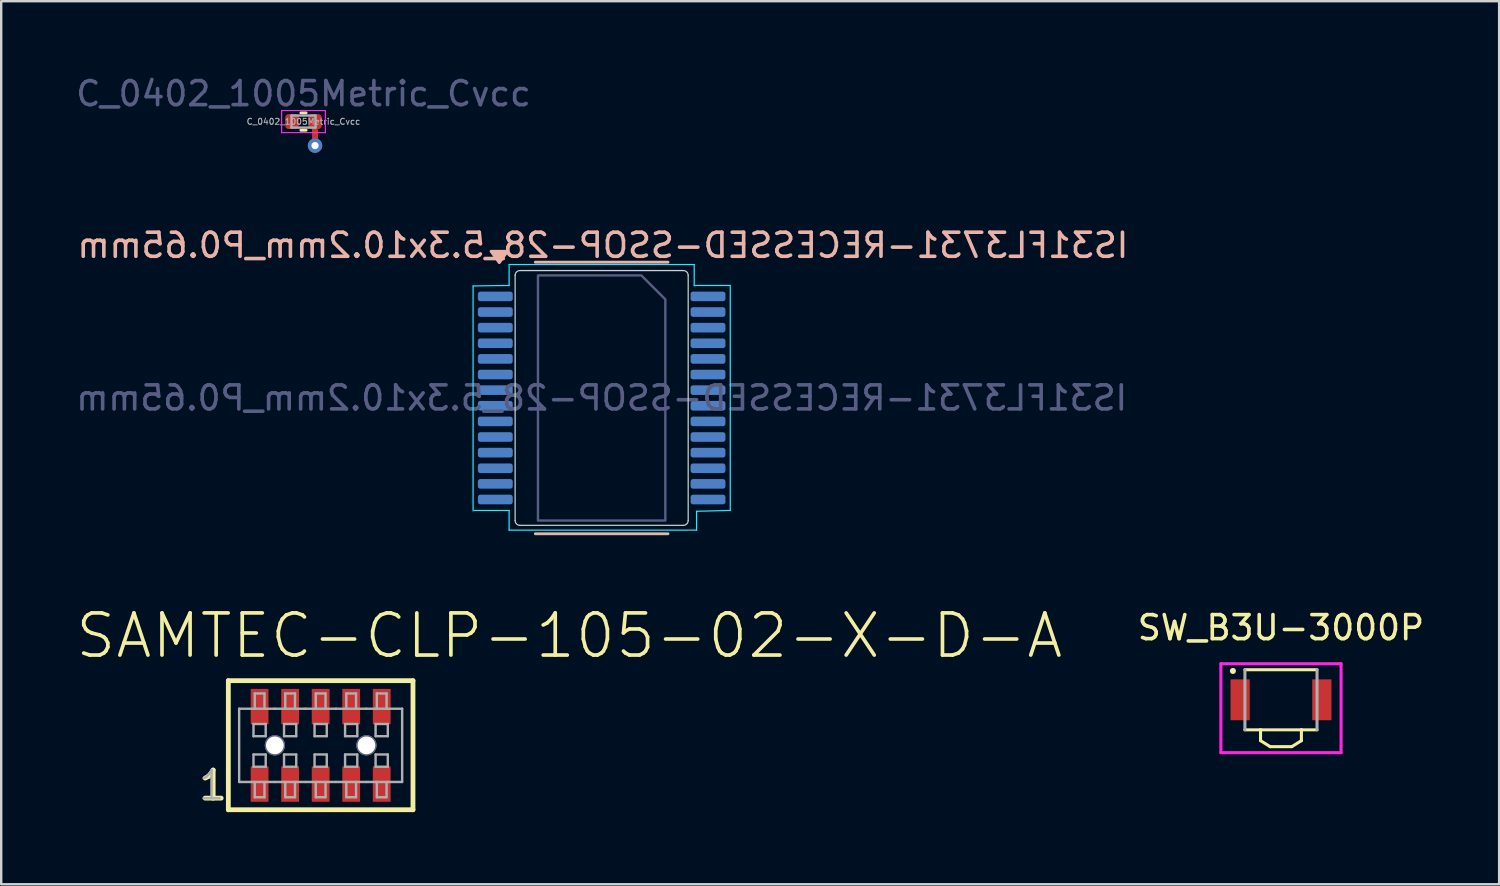
<source format=kicad_pcb>
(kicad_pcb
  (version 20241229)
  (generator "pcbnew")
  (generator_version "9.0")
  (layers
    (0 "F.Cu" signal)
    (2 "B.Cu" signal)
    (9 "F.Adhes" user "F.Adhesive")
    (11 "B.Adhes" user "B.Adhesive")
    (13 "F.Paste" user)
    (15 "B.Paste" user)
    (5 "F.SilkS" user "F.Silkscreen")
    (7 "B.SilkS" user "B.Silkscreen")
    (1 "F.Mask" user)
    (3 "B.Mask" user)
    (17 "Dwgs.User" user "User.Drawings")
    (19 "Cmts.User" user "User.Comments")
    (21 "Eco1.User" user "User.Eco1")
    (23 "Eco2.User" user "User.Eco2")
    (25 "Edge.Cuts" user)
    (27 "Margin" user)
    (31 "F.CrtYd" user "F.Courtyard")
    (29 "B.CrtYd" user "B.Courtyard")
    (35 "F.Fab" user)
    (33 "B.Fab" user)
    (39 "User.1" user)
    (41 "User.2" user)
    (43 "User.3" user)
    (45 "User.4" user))
  (footprint "SW_B3U-3000P"
    (layer "F.Cu")
    (at 50.245 26.065)
    (property "Reference" "SW_B3U-3000P" (at 0 -3 0) (layer "F.SilkS") (effects (font (size 1 1) (thickness 0.15))))
    (attr smd)
    (fp_line (start -1.5 1.25) (end -0.85 1.25) (stroke (width 0.127) (type solid)) (layer "F.SilkS"))
    (fp_line (start -0.85 1.25) (end -0.85 1.7) (stroke (width 0.127) (type solid)) (layer "F.SilkS"))
    (fp_line (start -0.85 1.25) (end 0.85 1.25) (stroke (width 0.127) (type solid)) (layer "F.SilkS"))
    (fp_line (start -0.45 1.95) (end -0.85 1.7) (stroke (width 0.127) (type solid)) (layer "F.SilkS"))
    (fp_line (start 0.45 1.95) (end -0.45 1.95) (stroke (width 0.127) (type solid)) (layer "F.SilkS"))
    (fp_line (start 0.45 1.95) (end 0.85 1.7) (stroke (width 0.127) (type solid)) (layer "F.SilkS"))
    (fp_line (start 0.85 1.25) (end 0.85 1.7) (stroke (width 0.127) (type solid)) (layer "F.SilkS"))
    (fp_line (start 0.85 1.25) (end 1.5 1.25) (stroke (width 0.127) (type solid)) (layer "F.SilkS"))
    (fp_line (start 1.5 -1.25) (end -1.5 -1.25) (stroke (width 0.127) (type solid)) (layer "F.SilkS"))
    (fp_circle (center -2 -1.2) (end -1.873 -1.2) (stroke (width 0) (type solid)) (fill yes) (layer "F.SilkS"))
    (fp_line (start -2.5 -1.5) (end 2.5 -1.5) (stroke (width 0.127) (type solid)) (layer "F.CrtYd"))
    (fp_line (start -2.5 2.2) (end -2.5 -1.5) (stroke (width 0.127) (type solid)) (layer "F.CrtYd"))
    (fp_line (start 2.5 -1.5) (end 2.5 2.2) (stroke (width 0.127) (type solid)) (layer "F.CrtYd"))
    (fp_line (start 2.5 2.2) (end -2.5 2.2) (stroke (width 0.127) (type solid)) (layer "F.CrtYd"))
    (fp_line (start -1.5 -1.25) (end -1.5 1.25) (stroke (width 0.127) (type solid)) (layer "F.Fab"))
    (fp_line (start 1.5 1.25) (end 1.5 -1.25) (stroke (width 0.127) (type solid)) (layer "F.Fab"))
    (pad "1" smd rect (at -1.7 0 180) (size 0.8 1.7) (layers "F.Cu" "F.Mask" "F.Paste"))
    (pad "2" smd rect (at 1.7 0 180) (size 0.8 1.7) (layers "F.Cu" "F.Mask" "F.Paste")))
  (footprint "SAMTEC-CLP-105-02-X-D-A"
    (layer "F.Cu")
    (at 10.291 27.96)
    (property "Reference" "SAMTEC-CLP-105-02-X-D-A" (at -10.291 -3.534 0) (unlocked yes) (layer "F.SilkS") (effects (font (size 1.753 1.753) (thickness 0.152)) (justify left bottom)))
    (fp_circle (center -1.905 0) (end -1.694 0) (stroke (width 0.421) (type solid)) (fill yes) (layer "F.Mask"))
    (fp_circle (center 1.905 0) (end 2.115 0) (stroke (width 0.421) (type solid)) (fill yes) (layer "F.Mask"))
    (fp_poly (pts (xy -2.961 -0.827) (xy -2.119 -0.827) (xy -2.119 -2.399) (xy -2.961 -2.399)) (stroke (width 0) (type default)) (fill yes) (layer "F.Mask"))
    (fp_poly (pts (xy -2.961 2.399) (xy -2.119 2.399) (xy -2.119 0.827) (xy -2.961 0.827)) (stroke (width 0) (type default)) (fill yes) (layer "F.Mask"))
    (fp_poly (pts (xy -1.691 -0.827) (xy -0.849 -0.827) (xy -0.849 -2.399) (xy -1.691 -2.399)) (stroke (width 0) (type default)) (fill yes) (layer "F.Mask"))
    (fp_poly (pts (xy -1.691 2.399) (xy -0.849 2.399) (xy -0.849 0.827) (xy -1.691 0.827)) (stroke (width 0) (type default)) (fill yes) (layer "F.Mask"))
    (fp_poly (pts (xy -0.421 -0.827) (xy 0.421 -0.827) (xy 0.421 -2.399) (xy -0.421 -2.399)) (stroke (width 0) (type default)) (fill yes) (layer "F.Mask"))
    (fp_poly (pts (xy -0.421 2.399) (xy 0.421 2.399) (xy 0.421 0.827) (xy -0.421 0.827)) (stroke (width 0) (type default)) (fill yes) (layer "F.Mask"))
    (fp_poly (pts (xy 0.849 -0.827) (xy 1.691 -0.827) (xy 1.691 -2.399) (xy 0.849 -2.399)) (stroke (width 0) (type default)) (fill yes) (layer "F.Mask"))
    (fp_poly (pts (xy 0.849 2.399) (xy 1.691 2.399) (xy 1.691 0.827) (xy 0.849 0.827)) (stroke (width 0) (type default)) (fill yes) (layer "F.Mask"))
    (fp_poly (pts (xy 2.119 -0.827) (xy 2.961 -0.827) (xy 2.961 -2.399) (xy 2.119 -2.399)) (stroke (width 0) (type default)) (fill yes) (layer "F.Mask"))
    (fp_poly (pts (xy 2.119 2.399) (xy 2.961 2.399) (xy 2.961 0.827) (xy 2.119 0.827)) (stroke (width 0) (type default)) (fill yes) (layer "F.Mask"))
    (fp_circle (center -1.905 0) (end -1.694 0) (stroke (width 0.421) (type solid)) (fill yes) (layer "B.Mask"))
    (fp_circle (center 1.905 0) (end 2.115 0) (stroke (width 0.421) (type solid)) (fill yes) (layer "B.Mask"))
    (fp_line (start -3.841 -2.69) (end -3.841 2.68) (stroke (width 0.2) (type solid)) (layer "F.SilkS"))
    (fp_line (start -3.841 2.68) (end 3.841 2.68) (stroke (width 0.2) (type solid)) (layer "F.SilkS"))
    (fp_line (start 3.841 -2.69) (end -3.841 -2.69) (stroke (width 0.2) (type solid)) (layer "F.SilkS"))
    (fp_line (start 3.841 2.68) (end 3.841 -2.69) (stroke (width 0.2) (type solid)) (layer "F.SilkS"))
    (fp_poly (pts (xy -2.91 -0.878) (xy -2.17 -0.878) (xy -2.17 -2.348) (xy -2.91 -2.348)) (stroke (width 0) (type default)) (fill yes) (layer "F.Paste"))
    (fp_poly (pts (xy -2.91 2.348) (xy -2.17 2.348) (xy -2.17 0.878) (xy -2.91 0.878)) (stroke (width 0) (type default)) (fill yes) (layer "F.Paste"))
    (fp_poly (pts (xy -1.64 -0.878) (xy -0.9 -0.878) (xy -0.9 -2.348) (xy -1.64 -2.348)) (stroke (width 0) (type default)) (fill yes) (layer "F.Paste"))
    (fp_poly (pts (xy -1.64 2.348) (xy -0.9 2.348) (xy -0.9 0.878) (xy -1.64 0.878)) (stroke (width 0) (type default)) (fill yes) (layer "F.Paste"))
    (fp_poly (pts (xy -0.37 -0.878) (xy 0.37 -0.878) (xy 0.37 -2.348) (xy -0.37 -2.348)) (stroke (width 0) (type default)) (fill yes) (layer "F.Paste"))
    (fp_poly (pts (xy -0.37 2.348) (xy 0.37 2.348) (xy 0.37 0.878) (xy -0.37 0.878)) (stroke (width 0) (type default)) (fill yes) (layer "F.Paste"))
    (fp_poly (pts (xy 0.9 -0.878) (xy 1.64 -0.878) (xy 1.64 -2.348) (xy 0.9 -2.348)) (stroke (width 0) (type default)) (fill yes) (layer "F.Paste"))
    (fp_poly (pts (xy 0.9 2.348) (xy 1.64 2.348) (xy 1.64 0.878) (xy 0.9 0.878)) (stroke (width 0) (type default)) (fill yes) (layer "F.Paste"))
    (fp_poly (pts (xy 2.17 -0.878) (xy 2.91 -0.878) (xy 2.91 -2.348) (xy 2.17 -2.348)) (stroke (width 0) (type default)) (fill yes) (layer "F.Paste"))
    (fp_poly (pts (xy 2.17 2.348) (xy 2.91 2.348) (xy 2.91 0.878) (xy 2.17 0.878)) (stroke (width 0) (type default)) (fill yes) (layer "F.Paste"))
    (fp_circle (center -1.905 0) (end -1.535 0) (stroke (width 0.1) (type solid)) (fill no) (layer "B.Fab"))
    (fp_circle (center 1.905 0) (end 2.275 0) (stroke (width 0.1) (type solid)) (fill no) (layer "B.Fab"))
    (fp_line (start -3.391 -1.524) (end -3.391 1.524) (stroke (width 0.1) (type solid)) (layer "F.Fab"))
    (fp_line (start -3.391 1.524) (end -1.905 1.524) (stroke (width 0.1) (type solid)) (layer "F.Fab"))
    (fp_line (start -2.794 -0.889) (end -2.794 -0.381) (stroke (width 0.1) (type solid)) (layer "F.Fab"))
    (fp_line (start -2.794 -0.381) (end -2.286 -0.381) (stroke (width 0.1) (type solid)) (layer "F.Fab"))
    (fp_line (start -2.794 0.381) (end -2.794 0.889) (stroke (width 0.1) (type solid)) (layer "F.Fab"))
    (fp_line (start -2.794 0.889) (end -2.286 0.889) (stroke (width 0.1) (type solid)) (layer "F.Fab"))
    (fp_line (start -2.743 -2.159) (end -2.337 -2.159) (stroke (width 0.1) (type solid)) (layer "F.Fab"))
    (fp_line (start -2.743 -1.524) (end -2.743 -2.159) (stroke (width 0.1) (type solid)) (layer "F.Fab"))
    (fp_line (start -2.743 1.524) (end -2.743 2.159) (stroke (width 0.1) (type solid)) (layer "F.Fab"))
    (fp_line (start -2.337 -2.159) (end -2.337 -1.524) (stroke (width 0.1) (type solid)) (layer "F.Fab"))
    (fp_line (start -2.337 1.524) (end -2.337 2.159) (stroke (width 0.1) (type solid)) (layer "F.Fab"))
    (fp_line (start -2.337 2.159) (end -2.743 2.159) (stroke (width 0.1) (type solid)) (layer "F.Fab"))
    (fp_line (start -2.286 -0.889) (end -2.794 -0.889) (stroke (width 0.1) (type solid)) (layer "F.Fab"))
    (fp_line (start -2.286 -0.381) (end -2.286 -0.889) (stroke (width 0.1) (type solid)) (layer "F.Fab"))
    (fp_line (start -2.286 0.381) (end -2.794 0.381) (stroke (width 0.1) (type solid)) (layer "F.Fab"))
    (fp_line (start -2.286 0.889) (end -2.286 0.381) (stroke (width 0.1) (type solid)) (layer "F.Fab"))
    (fp_line (start -1.905 -1.524) (end -3.391 -1.524) (stroke (width 0.1) (type solid)) (layer "F.Fab"))
    (fp_line (start -1.905 1.524) (end -0.635 1.524) (stroke (width 0.1) (type solid)) (layer "F.Fab"))
    (fp_line (start -1.524 -0.889) (end -1.524 -0.381) (stroke (width 0.1) (type solid)) (layer "F.Fab"))
    (fp_line (start -1.524 -0.381) (end -1.016 -0.381) (stroke (width 0.1) (type solid)) (layer "F.Fab"))
    (fp_line (start -1.524 0.381) (end -1.524 0.889) (stroke (width 0.1) (type solid)) (layer "F.Fab"))
    (fp_line (start -1.524 0.889) (end -1.016 0.889) (stroke (width 0.1) (type solid)) (layer "F.Fab"))
    (fp_line (start -1.473 -2.159) (end -1.067 -2.159) (stroke (width 0.1) (type solid)) (layer "F.Fab"))
    (fp_line (start -1.473 -1.524) (end -1.473 -2.159) (stroke (width 0.1) (type solid)) (layer "F.Fab"))
    (fp_line (start -1.473 2.159) (end -1.473 1.524) (stroke (width 0.1) (type solid)) (layer "F.Fab"))
    (fp_line (start -1.067 -2.159) (end -1.067 -1.524) (stroke (width 0.1) (type solid)) (layer "F.Fab"))
    (fp_line (start -1.067 1.524) (end -1.067 2.159) (stroke (width 0.1) (type solid)) (layer "F.Fab"))
    (fp_line (start -1.067 2.159) (end -1.473 2.159) (stroke (width 0.1) (type solid)) (layer "F.Fab"))
    (fp_line (start -1.016 -0.889) (end -1.524 -0.889) (stroke (width 0.1) (type solid)) (layer "F.Fab"))
    (fp_line (start -1.016 -0.381) (end -1.016 -0.889) (stroke (width 0.1) (type solid)) (layer "F.Fab"))
    (fp_line (start -1.016 0.381) (end -1.524 0.381) (stroke (width 0.1) (type solid)) (layer "F.Fab"))
    (fp_line (start -1.016 0.889) (end -1.016 0.381) (stroke (width 0.1) (type solid)) (layer "F.Fab"))
    (fp_line (start -0.635 -1.524) (end -1.905 -1.524) (stroke (width 0.1) (type solid)) (layer "F.Fab"))
    (fp_line (start -0.635 1.524) (end 0.635 1.524) (stroke (width 0.1) (type solid)) (layer "F.Fab"))
    (fp_line (start -0.254 -0.889) (end -0.254 -0.381) (stroke (width 0.1) (type solid)) (layer "F.Fab"))
    (fp_line (start -0.254 -0.381) (end 0.254 -0.381) (stroke (width 0.1) (type solid)) (layer "F.Fab"))
    (fp_line (start -0.254 0.381) (end -0.254 0.889) (stroke (width 0.1) (type solid)) (layer "F.Fab"))
    (fp_line (start -0.254 0.889) (end 0.254 0.889) (stroke (width 0.1) (type solid)) (layer "F.Fab"))
    (fp_line (start -0.203 -2.159) (end 0.203 -2.159) (stroke (width 0.1) (type solid)) (layer "F.Fab"))
    (fp_line (start -0.203 -1.524) (end -0.203 -2.159) (stroke (width 0.1) (type solid)) (layer "F.Fab"))
    (fp_line (start -0.203 2.159) (end -0.203 1.524) (stroke (width 0.1) (type solid)) (layer "F.Fab"))
    (fp_line (start 0.203 -2.159) (end 0.203 -1.524) (stroke (width 0.1) (type solid)) (layer "F.Fab"))
    (fp_line (start 0.203 1.524) (end 0.203 2.159) (stroke (width 0.1) (type solid)) (layer "F.Fab"))
    (fp_line (start 0.203 2.159) (end -0.203 2.159) (stroke (width 0.1) (type solid)) (layer "F.Fab"))
    (fp_line (start 0.254 -0.889) (end -0.254 -0.889) (stroke (width 0.1) (type solid)) (layer "F.Fab"))
    (fp_line (start 0.254 -0.381) (end 0.254 -0.889) (stroke (width 0.1) (type solid)) (layer "F.Fab"))
    (fp_line (start 0.254 0.381) (end -0.254 0.381) (stroke (width 0.1) (type solid)) (layer "F.Fab"))
    (fp_line (start 0.254 0.889) (end 0.254 0.381) (stroke (width 0.1) (type solid)) (layer "F.Fab"))
    (fp_line (start 0.635 -1.524) (end -0.635 -1.524) (stroke (width 0.1) (type solid)) (layer "F.Fab"))
    (fp_line (start 0.635 1.524) (end 1.905 1.524) (stroke (width 0.1) (type solid)) (layer "F.Fab"))
    (fp_line (start 1.016 -0.889) (end 1.016 -0.381) (stroke (width 0.1) (type solid)) (layer "F.Fab"))
    (fp_line (start 1.016 -0.381) (end 1.524 -0.381) (stroke (width 0.1) (type solid)) (layer "F.Fab"))
    (fp_line (start 1.016 0.381) (end 1.016 0.889) (stroke (width 0.1) (type solid)) (layer "F.Fab"))
    (fp_line (start 1.016 0.889) (end 1.524 0.889) (stroke (width 0.1) (type solid)) (layer "F.Fab"))
    (fp_line (start 1.067 -2.159) (end 1.473 -2.159) (stroke (width 0.1) (type solid)) (layer "F.Fab"))
    (fp_line (start 1.067 -1.524) (end 1.067 -2.159) (stroke (width 0.1) (type solid)) (layer "F.Fab"))
    (fp_line (start 1.067 2.159) (end 1.067 1.524) (stroke (width 0.1) (type solid)) (layer "F.Fab"))
    (fp_line (start 1.473 -2.159) (end 1.473 -1.524) (stroke (width 0.1) (type solid)) (layer "F.Fab"))
    (fp_line (start 1.473 1.524) (end 1.473 2.159) (stroke (width 0.1) (type solid)) (layer "F.Fab"))
    (fp_line (start 1.473 2.159) (end 1.067 2.159) (stroke (width 0.1) (type solid)) (layer "F.Fab"))
    (fp_line (start 1.524 -0.889) (end 1.016 -0.889) (stroke (width 0.1) (type solid)) (layer "F.Fab"))
    (fp_line (start 1.524 -0.381) (end 1.524 -0.889) (stroke (width 0.1) (type solid)) (layer "F.Fab"))
    (fp_line (start 1.524 0.381) (end 1.016 0.381) (stroke (width 0.1) (type solid)) (layer "F.Fab"))
    (fp_line (start 1.524 0.889) (end 1.524 0.381) (stroke (width 0.1) (type solid)) (layer "F.Fab"))
    (fp_line (start 1.905 -1.524) (end 0.635 -1.524) (stroke (width 0.1) (type solid)) (layer "F.Fab"))
    (fp_line (start 1.905 1.524) (end 3.391 1.524) (stroke (width 0.1) (type solid)) (layer "F.Fab"))
    (fp_line (start 2.286 -0.889) (end 2.286 -0.381) (stroke (width 0.1) (type solid)) (layer "F.Fab"))
    (fp_line (start 2.286 -0.381) (end 2.794 -0.381) (stroke (width 0.1) (type solid)) (layer "F.Fab"))
    (fp_line (start 2.286 0.381) (end 2.286 0.889) (stroke (width 0.1) (type solid)) (layer "F.Fab"))
    (fp_line (start 2.286 0.889) (end 2.794 0.889) (stroke (width 0.1) (type solid)) (layer "F.Fab"))
    (fp_line (start 2.337 -2.159) (end 2.743 -2.159) (stroke (width 0.1) (type solid)) (layer "F.Fab"))
    (fp_line (start 2.337 -1.524) (end 2.337 -2.159) (stroke (width 0.1) (type solid)) (layer "F.Fab"))
    (fp_line (start 2.337 2.159) (end 2.337 1.524) (stroke (width 0.1) (type solid)) (layer "F.Fab"))
    (fp_line (start 2.743 -1.524) (end 2.743 -2.159) (stroke (width 0.1) (type solid)) (layer "F.Fab"))
    (fp_line (start 2.743 1.524) (end 2.743 2.159) (stroke (width 0.1) (type solid)) (layer "F.Fab"))
    (fp_line (start 2.743 2.159) (end 2.337 2.159) (stroke (width 0.1) (type solid)) (layer "F.Fab"))
    (fp_line (start 2.794 -0.889) (end 2.286 -0.889) (stroke (width 0.1) (type solid)) (layer "F.Fab"))
    (fp_line (start 2.794 -0.381) (end 2.794 -0.889) (stroke (width 0.1) (type solid)) (layer "F.Fab"))
    (fp_line (start 2.794 0.381) (end 2.286 0.381) (stroke (width 0.1) (type solid)) (layer "F.Fab"))
    (fp_line (start 2.794 0.889) (end 2.794 0.381) (stroke (width 0.1) (type solid)) (layer "F.Fab"))
    (fp_line (start 3.391 -1.524) (end 1.905 -1.524) (stroke (width 0.1) (type solid)) (layer "F.Fab"))
    (fp_line (start 3.391 1.524) (end 3.391 -1.524) (stroke (width 0.1) (type solid)) (layer "F.Fab"))
    (fp_circle (center -1.905 0) (end -1.535 0) (stroke (width 0.1) (type solid)) (fill no) (layer "F.Fab"))
    (fp_circle (center 1.905 0) (end 2.275 0) (stroke (width 0.1) (type solid)) (fill no) (layer "F.Fab"))
    (fp_text user "1" (at -5.16 2.35 0) (unlocked yes) (layer "F.SilkS") (effects (font (size 1.168 1.168) (thickness 0.2) (bold yes)) (justify left bottom)))
    (fp_text user "1" (at -5.16 2.35 0) (unlocked yes) (layer "F.Fab") (effects (font (size 1.168 1.168) (thickness 0.102)) (justify left bottom)))
    (pad "" np_thru_hole circle (at -1.905 0) (size 0.74 0.74) (drill 0.74) (layers "*.Cu" "*.Mask"))
    (pad "" np_thru_hole circle (at 1.905 0) (size 0.74 0.74) (drill 0.74) (layers "*.Cu" "*.Mask"))
    (pad "1" smd rect (at -2.54 1.613) (size 0.74 1.47) (layers "F.Cu" "F.Paste"))
    (pad "2" smd rect (at -2.54 -1.613) (size 0.74 1.47) (layers "F.Cu" "F.Paste"))
    (pad "3" smd rect (at -1.27 1.613) (size 0.74 1.47) (layers "F.Cu" "F.Paste"))
    (pad "4" smd rect (at -1.27 -1.613) (size 0.74 1.47) (layers "F.Cu" "F.Paste"))
    (pad "5" smd rect (at 0 1.613) (size 0.74 1.47) (layers "F.Cu" "F.Paste"))
    (pad "6" smd rect (at 0 -1.613) (size 0.74 1.47) (layers "F.Cu" "F.Paste"))
    (pad "7" smd rect (at 1.27 1.613) (size 0.74 1.47) (layers "F.Cu" "F.Paste"))
    (pad "8" smd rect (at 1.27 -1.613) (size 0.74 1.47) (layers "F.Cu" "F.Paste"))
    (pad "9" smd rect (at 2.54 1.613) (size 0.74 1.47) (layers "F.Cu" "F.Paste"))
    (pad "10" smd rect (at 2.54 -1.613) (size 0.74 1.47) (layers "F.Cu" "F.Paste")))
  (footprint "C_0402_1005Metric_Cvcc"
    (layer "F.Cu")
    (at 9.577 2.008)
    (property "Reference" "C_0402_1005Metric_Cvcc" (at 0 -1.16 0) (layer "B.Fab") (effects (font (size 1 1) (thickness 0.15))))
    (attr smd)
    (fp_line (start -0.108 -0.36) (end 0.108 -0.36) (stroke (width 0.12) (type solid)) (layer "F.SilkS"))
    (fp_line (start -0.108 0.36) (end 0.108 0.36) (stroke (width 0.12) (type solid)) (layer "F.SilkS"))
    (fp_line (start -0.91 -0.46) (end 0.91 -0.46) (stroke (width 0.05) (type solid)) (layer "F.CrtYd"))
    (fp_line (start -0.91 0.46) (end -0.91 -0.46) (stroke (width 0.05) (type solid)) (layer "F.CrtYd"))
    (fp_line (start 0.91 -0.46) (end 0.91 0.46) (stroke (width 0.05) (type solid)) (layer "F.CrtYd"))
    (fp_line (start 0.91 0.46) (end -0.91 0.46) (stroke (width 0.05) (type solid)) (layer "F.CrtYd"))
    (fp_line (start -0.5 -0.25) (end 0.5 -0.25) (stroke (width 0.1) (type solid)) (layer "F.Fab"))
    (fp_line (start -0.5 0.25) (end -0.5 -0.25) (stroke (width 0.1) (type solid)) (layer "F.Fab"))
    (fp_line (start 0.5 -0.25) (end 0.5 0.25) (stroke (width 0.1) (type solid)) (layer "F.Fab"))
    (fp_line (start 0.5 0.25) (end -0.5 0.25) (stroke (width 0.1) (type solid)) (layer "F.Fab"))
    (fp_text user "${REFERENCE}" (at 0 0 0) (layer "F.Fab") (effects (font (size 0.25 0.25) (thickness 0.04))))
    (pad "1" smd roundrect (at -0.48 0) (size 0.56 0.62) (layers "F.Cu" "F.Mask" "F.Paste") (roundrect_rratio 0.25))
    (pad "2" smd roundrect (at 0.48 0) (size 0.56 0.62) (layers "F.Cu" "F.Mask" "F.Paste") (roundrect_rratio 0.25))
    (pad "2" smd rect (at 0.48 0.53) (size 0.25 0.45) (layers "F.Cu"))
    (pad "2" thru_hole circle (at 0.48 1) (size 0.6 0.6) (drill 0.3) (layers "*.Cu")))
  (footprint "IS31FL3731-RECESSED-SSOP-28_5.3x10.2mm_P0.65mm"
    (layer "F.Cu")
    (at 21.982 13.507)
    (property "Reference" "IS31FL3731-RECESSED-SSOP-28_5.3x10.2mm_P0.65mm" (at 0.05 -6.35 0) (layer "B.SilkS") (effects (font (size 1 1) (thickness 0.15)) (justify mirror)))
    (attr smd)
    (fp_line (start -2.76 5.65) (end 2.76 5.65) (stroke (width 0.12) (type solid)) (layer "B.SilkS"))
    (fp_line (start 2.76 -5.65) (end -2.76 -5.65) (stroke (width 0.12) (type solid)) (layer "B.SilkS"))
    (fp_poly (pts (xy -4.26 -5.63) (xy -3.92 -6.1) (xy -4.6 -6.1)) (stroke (width 0.12) (type solid)) (fill yes) (layer "B.SilkS"))
    (fp_line (start -3.6 -5.1) (end -3.6 5.1) (stroke (width 0.05) (type solid)) (layer "Edge.Cuts"))
    (fp_line (start -3.4 -5.3) (end 3.4 -5.3) (stroke (width 0.05) (type solid)) (layer "Edge.Cuts"))
    (fp_line (start -3.4 5.3) (end 3.4 5.3) (stroke (width 0.05) (type solid)) (layer "Edge.Cuts"))
    (fp_line (start 3.6 -5.1) (end 3.6 5.1) (stroke (width 0.05) (type solid)) (layer "Edge.Cuts"))
    (fp_arc (start -3.6 -5.1) (mid -3.541421 -5.241421) (end -3.4 -5.3) (stroke (width 0.05) (type default)) (layer "Edge.Cuts"))
    (fp_arc (start -3.4 5.3) (mid -3.541421 5.241421) (end -3.6 5.1) (stroke (width 0.05) (type default)) (layer "Edge.Cuts"))
    (fp_arc (start 3.4 -5.3) (mid 3.541421 -5.241421) (end 3.6 -5.1) (stroke (width 0.05) (type default)) (layer "Edge.Cuts"))
    (fp_arc (start 3.6 5.1) (mid 3.541421 5.241421) (end 3.4 5.3) (stroke (width 0.05) (type default)) (layer "Edge.Cuts"))
    (fp_line (start -5.35 -4.66) (end -5.35 4.7) (stroke (width 0.05) (type solid)) (layer "B.CrtYd"))
    (fp_line (start -5.3 4.68) (end -3.85 4.68) (stroke (width 0.05) (type solid)) (layer "B.CrtYd"))
    (fp_line (start -3.85 -5.55) (end -3.85 -4.68) (stroke (width 0.05) (type solid)) (layer "B.CrtYd"))
    (fp_line (start -3.85 -4.68) (end -5.35 -4.66) (stroke (width 0.05) (type solid)) (layer "B.CrtYd"))
    (fp_line (start -3.85 4.68) (end -3.85 5.5) (stroke (width 0.05) (type solid)) (layer "B.CrtYd"))
    (fp_line (start -3.85 5.5) (end 3.95 5.5) (stroke (width 0.05) (type solid)) (layer "B.CrtYd"))
    (fp_line (start 3.85 -5.55) (end -3.85 -5.55) (stroke (width 0.05) (type solid)) (layer "B.CrtYd"))
    (fp_line (start 3.85 -4.665) (end 3.85 -5.55) (stroke (width 0.05) (type solid)) (layer "B.CrtYd"))
    (fp_line (start 3.95 4.715) (end 5.35 4.68) (stroke (width 0.05) (type solid)) (layer "B.CrtYd"))
    (fp_line (start 3.95 5.5) (end 3.95 4.715) (stroke (width 0.05) (type solid)) (layer "B.CrtYd"))
    (fp_line (start 5.35 -4.68) (end 3.85 -4.68) (stroke (width 0.05) (type solid)) (layer "B.CrtYd"))
    (fp_line (start 5.35 4.68) (end 5.35 -4.68) (stroke (width 0.05) (type solid)) (layer "B.CrtYd"))
    (fp_poly (pts (xy 2.65 -4.1) (xy 2.65 5.1) (xy -2.65 5.1) (xy -2.65 -5.1) (xy 1.65 -5.1)) (stroke (width 0.1) (type solid)) (fill no) (layer "B.Fab"))
    (fp_text user "${REFERENCE}" (at 0 0 0) (layer "B.Fab") (effects (font (size 1 1) (thickness 0.15)) (justify mirror)))
    (pad "1" smd roundrect (at -4.425 -4.225) (size 1.45 0.4) (layers "B.Cu" "B.Mask" "B.Paste") (roundrect_rratio 0.25))
    (pad "2" smd roundrect (at -4.425 -3.575) (size 1.45 0.4) (layers "B.Cu" "B.Mask" "B.Paste") (roundrect_rratio 0.25))
    (pad "3" smd roundrect (at -4.425 -2.925) (size 1.45 0.4) (layers "B.Cu" "B.Mask" "B.Paste") (roundrect_rratio 0.25))
    (pad "4" smd roundrect (at -4.425 -2.275) (size 1.45 0.4) (layers "B.Cu" "B.Mask" "B.Paste") (roundrect_rratio 0.25))
    (pad "5" smd roundrect (at -4.425 -1.625) (size 1.45 0.4) (layers "B.Cu" "B.Mask" "B.Paste") (roundrect_rratio 0.25))
    (pad "6" smd roundrect (at -4.425 -0.975) (size 1.45 0.4) (layers "B.Cu" "B.Mask" "B.Paste") (roundrect_rratio 0.25))
    (pad "7" smd roundrect (at -4.425 -0.325) (size 1.45 0.4) (layers "B.Cu" "B.Mask" "B.Paste") (roundrect_rratio 0.25))
    (pad "8" smd roundrect (at -4.425 0.325) (size 1.45 0.4) (layers "B.Cu" "B.Mask" "B.Paste") (roundrect_rratio 0.25))
    (pad "9" smd roundrect (at -4.425 0.975) (size 1.45 0.4) (layers "B.Cu" "B.Mask" "B.Paste") (roundrect_rratio 0.25))
    (pad "10" smd roundrect (at -4.425 1.625) (size 1.45 0.4) (layers "B.Cu" "B.Mask" "B.Paste") (roundrect_rratio 0.25))
    (pad "11" smd roundrect (at -4.425 2.275) (size 1.45 0.4) (layers "B.Cu" "B.Mask" "B.Paste") (roundrect_rratio 0.25))
    (pad "12" smd roundrect (at -4.425 2.925) (size 1.45 0.4) (layers "B.Cu" "B.Mask" "B.Paste") (roundrect_rratio 0.25))
    (pad "13" smd roundrect (at -4.425 3.575) (size 1.45 0.4) (layers "B.Cu" "B.Mask" "B.Paste") (roundrect_rratio 0.25))
    (pad "14" smd roundrect (at -4.425 4.225) (size 1.45 0.4) (layers "B.Cu" "B.Mask" "B.Paste") (roundrect_rratio 0.25))
    (pad "15" smd roundrect (at 4.425 4.225) (size 1.45 0.4) (layers "B.Cu" "B.Mask" "B.Paste") (roundrect_rratio 0.25))
    (pad "16" smd roundrect (at 4.425 3.575) (size 1.45 0.4) (layers "B.Cu" "B.Mask" "B.Paste") (roundrect_rratio 0.25))
    (pad "17" smd roundrect (at 4.425 2.925) (size 1.45 0.4) (layers "B.Cu" "B.Mask" "B.Paste") (roundrect_rratio 0.25))
    (pad "18" smd roundrect (at 4.425 2.275) (size 1.45 0.4) (layers "B.Cu" "B.Mask" "B.Paste") (roundrect_rratio 0.25))
    (pad "19" smd roundrect (at 4.425 1.625) (size 1.45 0.4) (layers "B.Cu" "B.Mask" "B.Paste") (roundrect_rratio 0.25))
    (pad "20" smd roundrect (at 4.425 0.975) (size 1.45 0.4) (layers "B.Cu" "B.Mask" "B.Paste") (roundrect_rratio 0.25))
    (pad "21" smd roundrect (at 4.425 0.325) (size 1.45 0.4) (layers "B.Cu" "B.Mask" "B.Paste") (roundrect_rratio 0.25))
    (pad "22" smd roundrect (at 4.425 -0.325) (size 1.45 0.4) (layers "B.Cu" "B.Mask" "B.Paste") (roundrect_rratio 0.25))
    (pad "23" smd roundrect (at 4.425 -0.975) (size 1.45 0.4) (layers "B.Cu" "B.Mask" "B.Paste") (roundrect_rratio 0.25))
    (pad "24" smd roundrect (at 4.425 -1.625) (size 1.45 0.4) (layers "B.Cu" "B.Mask" "B.Paste") (roundrect_rratio 0.25))
    (pad "25" smd roundrect (at 4.425 -2.275) (size 1.45 0.4) (layers "B.Cu" "B.Mask" "B.Paste") (roundrect_rratio 0.25))
    (pad "26" smd roundrect (at 4.425 -2.925) (size 1.45 0.4) (layers "B.Cu" "B.Mask" "B.Paste") (roundrect_rratio 0.25))
    (pad "27" smd roundrect (at 4.425 -3.575) (size 1.45 0.4) (layers "B.Cu" "B.Mask" "B.Paste") (roundrect_rratio 0.25))
    (pad "28" smd roundrect (at 4.425 -4.225) (size 1.45 0.4) (layers "B.Cu" "B.Mask" "B.Paste") (roundrect_rratio 0.25)))
  (gr_rect
    (start -3 -3)
    (end 59.322 33.74)
    (stroke (width 0.1) (type default))
    (fill no)
    (layer "Edge.Cuts")))
</source>
